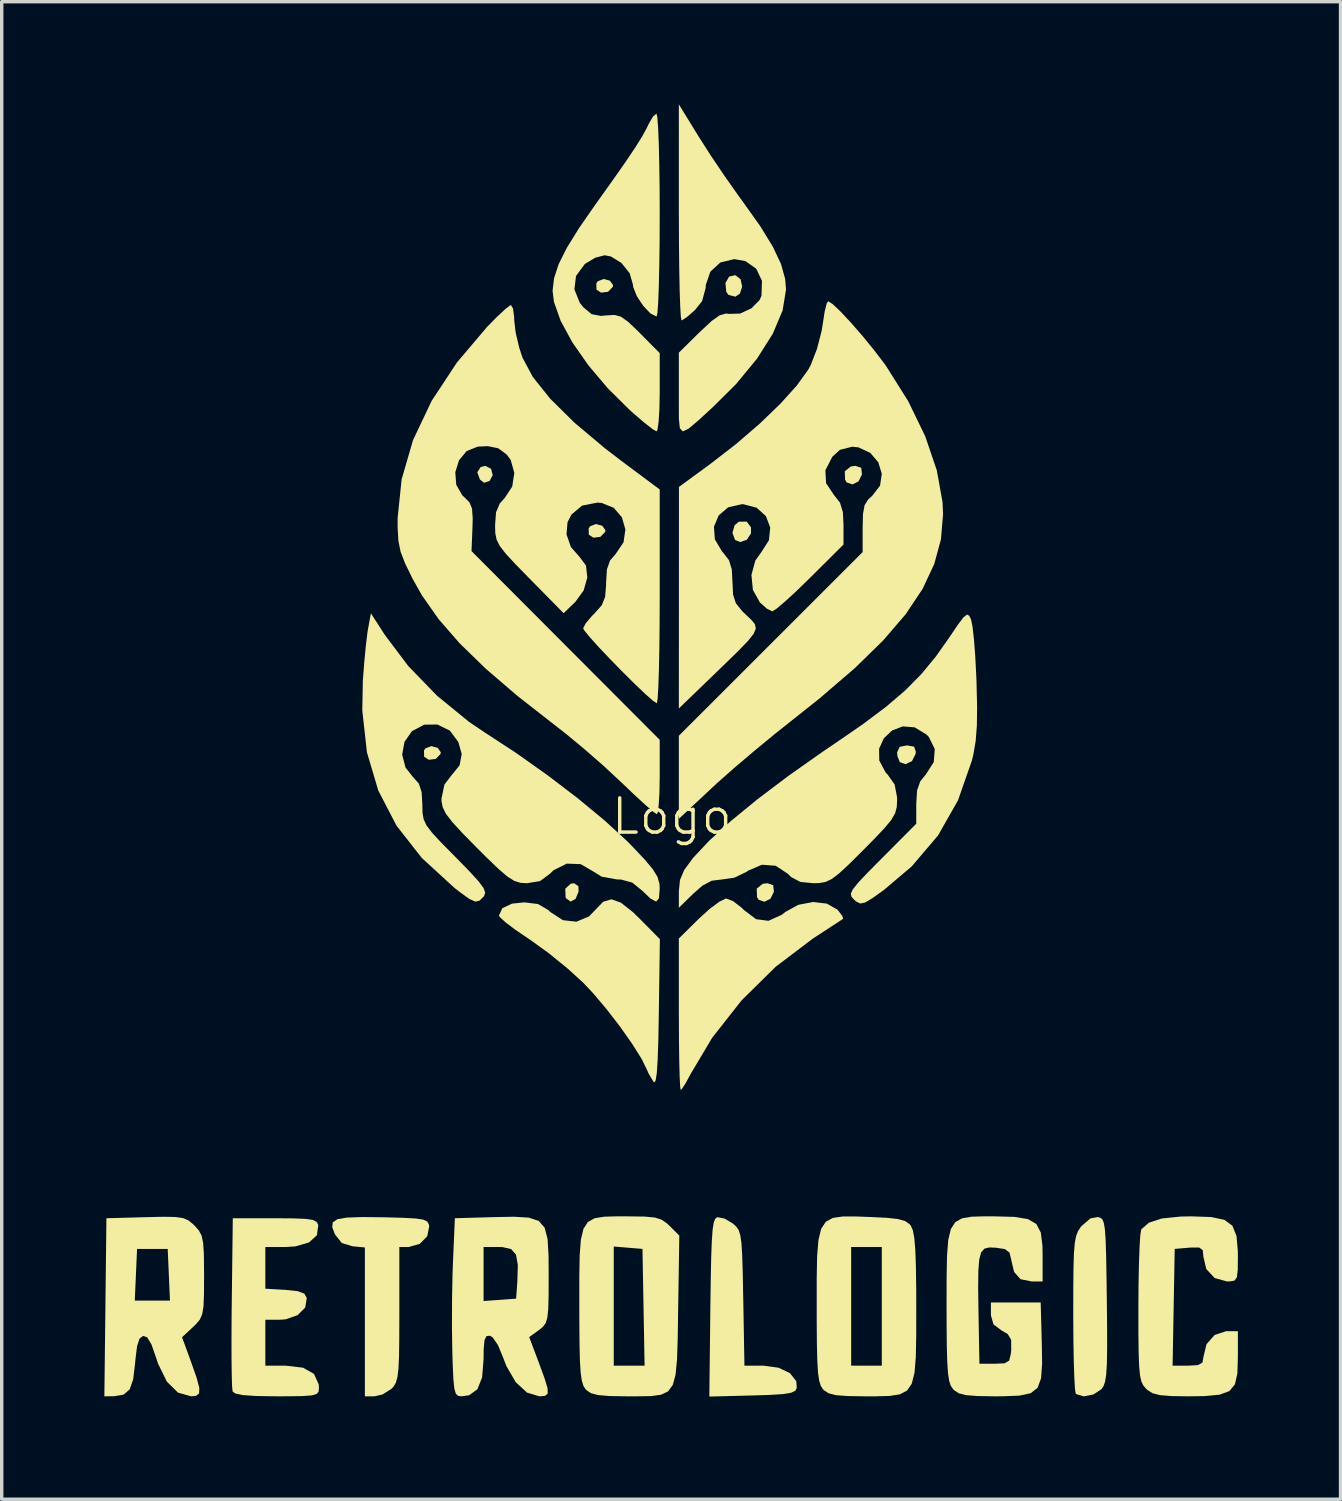
<source format=kicad_pcb>
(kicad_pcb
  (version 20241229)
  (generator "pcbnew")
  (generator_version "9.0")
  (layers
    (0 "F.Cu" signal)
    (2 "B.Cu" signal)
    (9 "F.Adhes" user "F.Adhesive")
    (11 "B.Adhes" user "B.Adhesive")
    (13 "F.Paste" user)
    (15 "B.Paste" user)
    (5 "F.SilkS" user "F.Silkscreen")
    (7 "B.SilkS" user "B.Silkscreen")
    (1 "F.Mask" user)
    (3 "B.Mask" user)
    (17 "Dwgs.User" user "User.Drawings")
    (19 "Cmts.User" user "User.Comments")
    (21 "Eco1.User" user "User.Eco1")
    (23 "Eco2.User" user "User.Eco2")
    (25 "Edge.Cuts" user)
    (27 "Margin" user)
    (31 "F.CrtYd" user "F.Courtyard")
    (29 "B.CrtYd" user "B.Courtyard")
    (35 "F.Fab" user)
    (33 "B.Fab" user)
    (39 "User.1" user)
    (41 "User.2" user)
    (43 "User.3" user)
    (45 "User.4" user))
  (footprint "Logo"
    (layer "F.Cu")
    (at 16.584 21.308)
    (property "Reference" "Logo" (at 0 -0.5 0) (unlocked yes) (layer "F.SilkS") (effects (font (size 1 1) (thickness 0.1))))
    (attr smd)
    (fp_poly (pts (xy -5.284 -10.659) (xy -5.235 -10.474) (xy -5.326 -10.303) (xy -5.491 -10.251) (xy -5.609 -10.346) (xy -5.686 -10.556) (xy -5.587 -10.711) (xy -5.452 -10.744)) (stroke (width 0) (type solid)) (fill yes) (layer "F.SilkS"))
    (fp_poly (pts (xy -6.846 -2.504) (xy -6.754 -2.377) (xy -6.761 -2.324) (xy -6.899 -2.18) (xy -7.104 -2.155) (xy -7.239 -2.243) (xy -7.244 -2.425) (xy -7.201 -2.488) (xy -7.028 -2.554)) (stroke (width 0) (type solid)) (fill yes) (layer "F.SilkS"))
    (fp_poly (pts (xy -2.731 1.54) (xy -2.725 1.696) (xy -2.815 1.913) (xy -2.959 1.989) (xy -3.09 1.896) (xy -3.106 1.859) (xy -3.115 1.613) (xy -2.957 1.467) (xy -2.858 1.453)) (stroke (width 0) (type solid)) (fill yes) (layer "F.SilkS"))
    (fp_poly (pts (xy -2.035 -8.994) (xy -1.943 -8.867) (xy -1.949 -8.814) (xy -2.088 -8.67) (xy -2.292 -8.645) (xy -2.427 -8.733) (xy -2.432 -8.914) (xy -2.389 -8.978) (xy -2.217 -9.044)) (stroke (width 0) (type solid)) (fill yes) (layer "F.SilkS"))
    (fp_poly (pts (xy -1.811 -16.156) (xy -1.719 -16.028) (xy -1.726 -15.975) (xy -1.864 -15.831) (xy -2.068 -15.806) (xy -2.203 -15.894) (xy -2.208 -16.076) (xy -2.165 -16.139) (xy -1.993 -16.205)) (stroke (width 0) (type solid)) (fill yes) (layer "F.SilkS"))
    (fp_poly (pts (xy 2.009 -16.196) (xy 2.054 -15.983) (xy 1.989 -15.778) (xy 1.855 -15.688) (xy 1.656 -15.74) (xy 1.591 -15.827) (xy 1.566 -16.087) (xy 1.672 -16.274) (xy 1.855 -16.317)) (stroke (width 0) (type solid)) (fill yes) (layer "F.SilkS"))
    (fp_poly (pts (xy 2.312 -8.948) (xy 2.312 -8.771) (xy 2.193 -8.586) (xy 1.996 -8.517) (xy 1.849 -8.577) (xy 1.77 -8.786) (xy 1.835 -9.011) (xy 1.958 -9.113) (xy 2.188 -9.115)) (stroke (width 0) (type solid)) (fill yes) (layer "F.SilkS"))
    (fp_poly (pts (xy 2.961 1.509) (xy 2.982 1.703) (xy 2.88 1.907) (xy 2.705 1.994) (xy 2.538 1.938) (xy 2.488 1.858) (xy 2.48 1.611) (xy 2.655 1.47) (xy 2.792 1.453)) (stroke (width 0) (type solid)) (fill yes) (layer "F.SilkS"))
    (fp_poly (pts (xy 5.535 -10.688) (xy 5.555 -10.493) (xy 5.454 -10.289) (xy 5.278 -10.202) (xy 5.112 -10.258) (xy 5.062 -10.338) (xy 5.053 -10.585) (xy 5.229 -10.726) (xy 5.366 -10.744)) (stroke (width 0) (type solid)) (fill yes) (layer "F.SilkS"))
    (fp_poly (pts (xy 7.08 -2.539) (xy 7.129 -2.392) (xy 7.122 -2.325) (xy 7.016 -2.115) (xy 6.829 -2.025) (xy 6.661 -2.087) (xy 6.593 -2.255) (xy 6.582 -2.37) (xy 6.657 -2.533) (xy 6.87 -2.575)) (stroke (width 0) (type solid)) (fill yes) (layer "F.SilkS"))
    (fp_poly (pts (xy 1.541 11.254) (xy 1.781 11.396) (xy 1.878 11.483) (xy 1.949 11.583) (xy 1.999 11.733) (xy 2.033 11.965) (xy 2.055 12.315) (xy 2.071 12.817) (xy 2.084 13.505) (xy 2.086 13.583) (xy 2.121 15.551) (xy 2.673 15.551) (xy 3.118 15.611) (xy 3.452 15.771) (xy 3.636 16.005) (xy 3.651 16.202) (xy 3.606 16.286) (xy 3.484 16.343) (xy 3.247 16.382) (xy 2.858 16.406) (xy 2.355 16.422) (xy 1.095 16.454) (xy 1.125 13.85) (xy 1.137 13.012) (xy 1.15 12.371) (xy 1.168 11.902) (xy 1.191 11.578) (xy 1.223 11.373) (xy 1.265 11.261) (xy 1.32 11.216) (xy 1.333 11.212)) (stroke (width 0) (type solid)) (fill yes) (layer "F.SilkS"))
    (fp_poly (pts (xy -8.411 11.215) (xy -7.858 11.23) (xy -7.489 11.25) (xy -7.266 11.283) (xy -7.15 11.338) (xy -7.102 11.421) (xy -7.091 11.481) (xy -7.149 11.771) (xy -7.368 11.992) (xy -7.686 12.083) (xy -7.692 12.083) (xy -7.964 12.083) (xy -7.964 14.041) (xy -7.966 14.752) (xy -7.973 15.275) (xy -7.99 15.642) (xy -8.02 15.89) (xy -8.067 16.052) (xy -8.133 16.163) (xy -8.188 16.223) (xy -8.454 16.392) (xy -8.691 16.447) (xy -8.971 16.447) (xy -8.971 14.272) (xy -8.971 12.097) (xy -9.334 12.062) (xy -9.646 11.967) (xy -9.843 11.719) (xy -9.85 11.705) (xy -9.925 11.504) (xy -9.909 11.363) (xy -9.775 11.272) (xy -9.498 11.224) (xy -9.049 11.208)) (stroke (width 0) (type solid)) (fill yes) (layer "F.SilkS"))
    (fp_poly (pts (xy 12.521 11.228) (xy 12.58 11.275) (xy 12.624 11.381) (xy 12.655 11.573) (xy 12.676 11.879) (xy 12.691 12.328) (xy 12.702 12.949) (xy 12.711 13.638) (xy 12.719 14.442) (xy 12.72 15.052) (xy 12.712 15.498) (xy 12.693 15.811) (xy 12.66 16.019) (xy 12.613 16.153) (xy 12.554 16.239) (xy 12.316 16.394) (xy 12.034 16.448) (xy 11.814 16.381) (xy 11.804 16.372) (xy 11.781 16.242) (xy 11.762 15.923) (xy 11.746 15.451) (xy 11.735 14.858) (xy 11.73 14.182) (xy 11.73 14.037) (xy 11.731 13.267) (xy 11.737 12.688) (xy 11.75 12.268) (xy 11.774 11.972) (xy 11.812 11.77) (xy 11.866 11.626) (xy 11.94 11.51) (xy 11.966 11.476) (xy 12.232 11.247) (xy 12.442 11.209)) (stroke (width 0) (type solid)) (fill yes) (layer "F.SilkS"))
    (fp_poly (pts (xy 1.792 1.978) (xy 2.041 2.17) (xy 2.107 2.236) (xy 2.461 2.504) (xy 2.824 2.551) (xy 3.209 2.376) (xy 3.317 2.292) (xy 3.69 2.085) (xy 4.12 2.002) (xy 4.528 2.048) (xy 4.837 2.224) (xy 4.849 2.237) (xy 4.982 2.41) (xy 5.006 2.492) (xy 4.898 2.563) (xy 4.647 2.727) (xy 4.299 2.954) (xy 4.121 3.07) (xy 3.031 3.896) (xy 2.034 4.88) (xy 1.176 5.972) (xy 0.553 7.019) (xy 0.402 7.298) (xy 0.289 7.469) (xy 0.258 7.495) (xy 0.242 7.389) (xy 0.227 7.092) (xy 0.216 6.64) (xy 0.208 6.064) (xy 0.205 5.399) (xy 0.204 5.281) (xy 0.204 3.068) (xy 0.795 2.484) (xy 1.11 2.199) (xy 1.39 1.991) (xy 1.578 1.901) (xy 1.59 1.9)) (stroke (width 0) (type solid)) (fill yes) (layer "F.SilkS"))
    (fp_poly (pts (xy -1.488 2.021) (xy -1.135 2.3) (xy -0.936 2.494) (xy -0.35 3.087) (xy -0.381 5.253) (xy -0.395 6.039) (xy -0.415 6.617) (xy -0.441 7.005) (xy -0.474 7.219) (xy -0.517 7.275) (xy -0.533 7.261) (xy -0.682 7.011) (xy -0.724 6.912) (xy -0.884 6.586) (xy -1.159 6.148) (xy -1.511 5.648) (xy -1.903 5.139) (xy -2.298 4.671) (xy -2.589 4.362) (xy -3.055 3.938) (xy -3.604 3.493) (xy -4.128 3.114) (xy -4.187 3.075) (xy -4.567 2.818) (xy -4.862 2.595) (xy -5.03 2.44) (xy -5.053 2.398) (xy -4.954 2.182) (xy -4.67 2.049) (xy -4.31 2.012) (xy -3.914 2.06) (xy -3.619 2.231) (xy -3.554 2.292) (xy -3.184 2.533) (xy -2.79 2.577) (xy -2.425 2.425) (xy -2.24 2.236) (xy -2.008 1.995) (xy -1.768 1.922)) (stroke (width 0) (type solid)) (fill yes) (layer "F.SilkS"))
    (fp_poly (pts (xy -11.059 11.247) (xy -10.701 11.262) (xy -10.487 11.294) (xy -10.378 11.351) (xy -10.335 11.437) (xy -10.333 11.448) (xy -10.373 11.74) (xy -10.605 11.951) (xy -11.005 12.066) (xy -11.282 12.083) (xy -11.88 12.083) (xy -11.88 12.692) (xy -11.88 13.302) (xy -11.294 13.336) (xy -10.931 13.374) (xy -10.74 13.447) (xy -10.669 13.574) (xy -10.715 13.854) (xy -10.937 14.075) (xy -11.285 14.197) (xy -11.45 14.209) (xy -11.88 14.209) (xy -11.88 14.88) (xy -11.88 15.551) (xy -11.282 15.551) (xy -10.778 15.611) (xy -10.459 15.791) (xy -10.321 16.095) (xy -10.314 16.204) (xy -10.324 16.31) (xy -10.382 16.379) (xy -10.525 16.42) (xy -10.793 16.44) (xy -11.225 16.446) (xy -11.548 16.447) (xy -12.144 16.438) (xy -12.542 16.411) (xy -12.766 16.362) (xy -12.837 16.304) (xy -12.852 16.154) (xy -12.862 15.816) (xy -12.868 15.322) (xy -12.869 14.708) (xy -12.865 14.008) (xy -12.861 13.702) (xy -12.831 11.243) (xy -11.602 11.243)) (stroke (width 0) (type solid)) (fill yes) (layer "F.SilkS"))
    (fp_poly (pts (xy -1.276 11.188) (xy -0.806 11.194) (xy -0.5 11.222) (xy -0.296 11.286) (xy -0.136 11.4) (xy -0.064 11.469) (xy 0.218 11.75) (xy 0.183 13.94) (xy 0.171 14.75) (xy 0.151 15.365) (xy 0.109 15.81) (xy 0.028 16.113) (xy -0.109 16.301) (xy -0.317 16.401) (xy -0.612 16.441) (xy -1.012 16.447) (xy -1.31 16.447) (xy -1.82 16.439) (xy -2.155 16.411) (xy -2.366 16.355) (xy -2.502 16.261) (xy -2.52 16.242) (xy -2.584 16.144) (xy -2.631 15.993) (xy -2.665 15.757) (xy -2.687 15.406) (xy -2.699 14.909) (xy -2.704 14.235) (xy -2.705 13.81) (xy -1.698 13.81) (xy -1.698 15.551) (xy -1.247 15.551) (xy -0.797 15.551) (xy -0.828 13.845) (xy -0.859 12.139) (xy -1.278 12.104) (xy -1.698 12.069) (xy -1.698 13.81) (xy -2.705 13.81) (xy -2.705 13.787) (xy -2.705 12.959) (xy -2.694 12.329) (xy -2.659 11.869) (xy -2.584 11.553) (xy -2.455 11.353) (xy -2.256 11.243) (xy -1.974 11.197) (xy -1.594 11.187)) (stroke (width 0) (type solid)) (fill yes) (layer "F.SilkS"))
    (fp_poly (pts (xy 5.397 11.192) (xy 5.763 11.205) (xy 6.277 11.23) (xy 6.615 11.268) (xy 6.823 11.328) (xy 6.95 11.42) (xy 6.983 11.461) (xy 7.041 11.59) (xy 7.084 11.814) (xy 7.114 12.161) (xy 7.132 12.658) (xy 7.141 13.335) (xy 7.142 13.838) (xy 7.141 14.667) (xy 7.129 15.299) (xy 7.091 15.76) (xy 7.01 16.078) (xy 6.872 16.279) (xy 6.662 16.389) (xy 6.364 16.436) (xy 5.962 16.447) (xy 5.649 16.447) (xy 5.134 16.439) (xy 4.794 16.413) (xy 4.58 16.358) (xy 4.443 16.268) (xy 4.418 16.242) (xy 4.353 16.143) (xy 4.305 15.99) (xy 4.271 15.751) (xy 4.25 15.396) (xy 4.238 14.893) (xy 4.233 14.211) (xy 4.233 13.836) (xy 4.233 13.817) (xy 5.24 13.817) (xy 5.24 15.551) (xy 5.687 15.551) (xy 6.135 15.551) (xy 6.135 13.817) (xy 6.135 12.083) (xy 5.687 12.083) (xy 5.24 12.083) (xy 5.24 13.817) (xy 4.233 13.817) (xy 4.233 12.994) (xy 4.245 12.349) (xy 4.284 11.876) (xy 4.364 11.55) (xy 4.5 11.344) (xy 4.707 11.233) (xy 5.001 11.191)) (stroke (width 0) (type solid)) (fill yes) (layer "F.SilkS"))
    (fp_poly (pts (xy 0.786 -20.362) (xy 1.128 -19.827) (xy 1.537 -19.22) (xy 1.941 -18.646) (xy 2.074 -18.464) (xy 2.587 -17.742) (xy 2.953 -17.145) (xy 3.19 -16.642) (xy 3.312 -16.201) (xy 3.336 -15.897) (xy 3.237 -15.287) (xy 2.95 -14.606) (xy 2.491 -13.88) (xy 1.876 -13.134) (xy 1.211 -12.473) (xy 0.78 -12.077) (xy 0.492 -11.833) (xy 0.32 -11.751) (xy 0.234 -11.842) (xy 0.205 -12.116) (xy 0.204 -12.584) (xy 0.204 -12.832) (xy 0.204 -14.052) (xy 0.811 -14.651) (xy 1.154 -14.971) (xy 1.396 -15.144) (xy 1.581 -15.196) (xy 1.667 -15.185) (xy 1.996 -15.195) (xy 2.325 -15.347) (xy 2.564 -15.59) (xy 2.619 -15.717) (xy 2.633 -16.152) (xy 2.467 -16.503) (xy 2.152 -16.727) (xy 1.823 -16.786) (xy 1.417 -16.687) (xy 1.125 -16.42) (xy 0.991 -16.03) (xy 0.988 -15.947) (xy 0.884 -15.559) (xy 0.674 -15.296) (xy 0.454 -15.103) (xy 0.302 -15.001) (xy 0.282 -14.996) (xy 0.262 -15.103) (xy 0.244 -15.406) (xy 0.228 -15.876) (xy 0.216 -16.485) (xy 0.208 -17.205) (xy 0.205 -18.008) (xy 0.204 -18.152) (xy 0.204 -21.308)) (stroke (width 0) (type solid)) (fill yes) (layer "F.SilkS"))
    (fp_poly (pts (xy -14.505 11.207) (xy -14.278 11.24) (xy -14.122 11.309) (xy -13.986 11.422) (xy -13.949 11.458) (xy -13.825 11.597) (xy -13.744 11.748) (xy -13.698 11.96) (xy -13.676 12.284) (xy -13.671 12.769) (xy -13.67 12.928) (xy -13.673 13.458) (xy -13.687 13.815) (xy -13.725 14.048) (xy -13.795 14.207) (xy -13.91 14.342) (xy -13.992 14.42) (xy -14.314 14.72) (xy -14.05 15.443) (xy -13.887 15.908) (xy -13.809 16.203) (xy -13.816 16.365) (xy -13.907 16.434) (xy -14.047 16.447) (xy -14.432 16.339) (xy -14.756 16.02) (xy -15.014 15.496) (xy -15.068 15.331) (xy -15.208 14.931) (xy -15.332 14.724) (xy -15.452 14.681) (xy -15.557 14.761) (xy -15.628 14.98) (xy -15.677 15.376) (xy -15.685 15.473) (xy -15.742 15.951) (xy -15.845 16.245) (xy -16.02 16.397) (xy -16.293 16.444) (xy -16.33 16.445) (xy -16.584 16.447) (xy -16.554 13.845) (xy -16.552 13.649) (xy -15.695 13.649) (xy -15.181 13.649) (xy -14.667 13.649) (xy -14.7 12.894) (xy -14.733 12.139) (xy -15.181 12.139) (xy -15.629 12.139) (xy -15.662 12.894) (xy -15.695 13.649) (xy -16.552 13.649) (xy -16.524 11.243) (xy -15.376 11.212) (xy -14.854 11.2)) (stroke (width 0) (type solid)) (fill yes) (layer "F.SilkS"))
    (fp_poly (pts (xy 15.762 11.208) (xy 16.148 11.29) (xy 16.382 11.464) (xy 16.501 11.762) (xy 16.54 12.214) (xy 16.541 12.362) (xy 16.537 12.753) (xy 16.511 12.971) (xy 16.44 13.066) (xy 16.302 13.089) (xy 16.223 13.09) (xy 15.864 12.991) (xy 15.618 12.728) (xy 15.534 12.375) (xy 15.514 12.176) (xy 15.412 12.099) (xy 15.162 12.1) (xy 15.114 12.104) (xy 14.695 12.139) (xy 14.664 13.845) (xy 14.633 15.551) (xy 15.083 15.551) (xy 15.374 15.535) (xy 15.504 15.463) (xy 15.534 15.3) (xy 15.534 15.297) (xy 15.624 14.924) (xy 15.862 14.654) (xy 16.194 14.545) (xy 16.212 14.544) (xy 16.541 14.544) (xy 16.541 15.31) (xy 16.526 15.777) (xy 16.455 16.095) (xy 16.295 16.293) (xy 16.009 16.399) (xy 15.562 16.441) (xy 15.106 16.447) (xy 14.6 16.44) (xy 14.265 16.413) (xy 14.048 16.357) (xy 13.898 16.263) (xy 13.856 16.223) (xy 13.778 16.131) (xy 13.72 16.012) (xy 13.681 15.834) (xy 13.655 15.563) (xy 13.641 15.167) (xy 13.634 14.613) (xy 13.633 13.87) (xy 13.633 13.845) (xy 13.638 13.168) (xy 13.65 12.566) (xy 13.668 12.074) (xy 13.69 11.73) (xy 13.716 11.571) (xy 13.717 11.568) (xy 13.941 11.373) (xy 14.319 11.25) (xy 14.875 11.193) (xy 15.191 11.188)) (stroke (width 0) (type solid)) (fill yes) (layer "F.SilkS"))
    (fp_poly (pts (xy -4.181 11.225) (xy -3.891 11.321) (xy -3.718 11.519) (xy -3.632 11.85) (xy -3.603 12.347) (xy -3.6 12.915) (xy -3.602 13.494) (xy -3.612 13.891) (xy -3.639 14.15) (xy -3.689 14.311) (xy -3.771 14.419) (xy -3.884 14.509) (xy -4.169 14.716) (xy -3.884 15.472) (xy -3.718 15.927) (xy -3.632 16.212) (xy -3.628 16.368) (xy -3.705 16.433) (xy -3.863 16.447) (xy -3.873 16.447) (xy -4.232 16.339) (xy -4.561 16.036) (xy -4.835 15.565) (xy -4.926 15.328) (xy -5.082 14.949) (xy -5.24 14.721) (xy -5.317 14.676) (xy -5.418 14.688) (xy -5.475 14.805) (xy -5.499 15.07) (xy -5.502 15.358) (xy -5.545 15.893) (xy -5.682 16.24) (xy -5.923 16.415) (xy -6.145 16.447) (xy -6.245 16.434) (xy -6.313 16.371) (xy -6.357 16.22) (xy -6.385 15.943) (xy -6.405 15.504) (xy -6.416 15.132) (xy -6.427 14.429) (xy -6.424 13.635) (xy -6.41 12.874) (xy -6.409 12.872) (xy -5.502 12.872) (xy -5.502 13.662) (xy -5.027 13.628) (xy -4.551 13.593) (xy -4.516 13.099) (xy -4.501 12.613) (xy -4.555 12.307) (xy -4.698 12.144) (xy -4.95 12.086) (xy -5.057 12.083) (xy -5.502 12.083) (xy -5.502 12.872) (xy -6.409 12.872) (xy -6.397 12.53) (xy -6.341 11.243) (xy -5.237 11.211) (xy -4.62 11.199)) (stroke (width 0) (type solid)) (fill yes) (layer "F.SilkS"))
    (fp_poly (pts (xy -0.424 -20.931) (xy -0.402 -20.629) (xy -0.382 -20.162) (xy -0.368 -19.558) (xy -0.358 -18.847) (xy -0.355 -18.073) (xy -0.358 -17.285) (xy -0.368 -16.575) (xy -0.382 -15.974) (xy -0.4 -15.509) (xy -0.422 -15.211) (xy -0.446 -15.108) (xy -0.627 -15.199) (xy -0.838 -15.422) (xy -1.024 -15.704) (xy -1.13 -15.97) (xy -1.138 -16.042) (xy -1.233 -16.373) (xy -1.471 -16.671) (xy -1.781 -16.863) (xy -1.966 -16.898) (xy -2.241 -16.826) (xy -2.531 -16.652) (xy -2.549 -16.636) (xy -2.801 -16.293) (xy -2.848 -15.901) (xy -2.691 -15.509) (xy -2.584 -15.376) (xy -2.343 -15.177) (xy -2.077 -15.126) (xy -1.906 -15.141) (xy -1.678 -15.155) (xy -1.489 -15.104) (xy -1.28 -14.956) (xy -0.99 -14.681) (xy -0.927 -14.616) (xy -0.355 -14.038) (xy -0.355 -12.894) (xy -0.363 -12.419) (xy -0.386 -12.04) (xy -0.42 -11.805) (xy -0.448 -11.751) (xy -0.568 -11.821) (xy -0.808 -12.009) (xy -1.121 -12.277) (xy -1.233 -12.378) (xy -1.877 -13.016) (xy -2.442 -13.685) (xy -2.907 -14.352) (xy -3.249 -14.98) (xy -3.446 -15.537) (xy -3.486 -15.859) (xy -3.443 -16.226) (xy -3.31 -16.635) (xy -3.07 -17.115) (xy -2.708 -17.699) (xy -2.224 -18.396) (xy -1.731 -19.087) (xy -1.353 -19.626) (xy -1.074 -20.042) (xy -0.874 -20.362) (xy -0.736 -20.613) (xy -0.68 -20.73) (xy -0.555 -20.948) (xy -0.449 -21.038)) (stroke (width 0) (type solid)) (fill yes) (layer "F.SilkS"))
    (fp_poly (pts (xy 9.423 11.188) (xy 10.008 11.203) (xy 10.406 11.268) (xy 10.652 11.412) (xy 10.782 11.661) (xy 10.83 12.046) (xy 10.834 12.313) (xy 10.834 13.09) (xy 10.512 13.09) (xy 10.189 13.025) (xy 10.001 12.811) (xy 9.921 12.474) (xy 9.869 12.249) (xy 9.732 12.144) (xy 9.467 12.104) (xy 9.274 12.097) (xy 9.134 12.131) (xy 9.039 12.237) (xy 8.983 12.445) (xy 8.956 12.785) (xy 8.951 13.286) (xy 8.961 13.979) (xy 8.962 14.041) (xy 8.988 15.495) (xy 9.436 15.495) (xy 9.724 15.482) (xy 9.857 15.404) (xy 9.907 15.2) (xy 9.917 15.085) (xy 9.915 14.794) (xy 9.815 14.628) (xy 9.638 14.524) (xy 9.399 14.346) (xy 9.324 14.08) (xy 9.324 14.039) (xy 9.324 13.705) (xy 10.051 13.705) (xy 10.778 13.705) (xy 10.81 14.867) (xy 10.82 15.489) (xy 10.789 15.921) (xy 10.687 16.199) (xy 10.485 16.356) (xy 10.153 16.427) (xy 9.66 16.446) (xy 9.436 16.447) (xy 8.927 16.439) (xy 8.593 16.412) (xy 8.381 16.357) (xy 8.244 16.265) (xy 8.218 16.237) (xy 8.152 16.14) (xy 8.103 15.992) (xy 8.069 15.763) (xy 8.047 15.422) (xy 8.034 14.937) (xy 8.029 14.278) (xy 8.028 13.803) (xy 8.029 12.973) (xy 8.041 12.341) (xy 8.077 11.878) (xy 8.153 11.559) (xy 8.282 11.357) (xy 8.479 11.246) (xy 8.758 11.198) (xy 9.133 11.187)) (stroke (width 0) (type solid)) (fill yes) (layer "F.SilkS"))
    (fp_poly (pts (xy -8.388 -5.804) (xy -7.703 -4.894) (xy -6.861 -4.025) (xy -5.928 -3.263) (xy -5.464 -2.95) (xy -4.544 -2.349) (xy -3.623 -1.696) (xy -2.747 -1.027) (xy -1.962 -0.378) (xy -1.317 0.214) (xy -1.166 0.366) (xy -0.792 0.762) (xy -0.553 1.049) (xy -0.419 1.269) (xy -0.363 1.467) (xy -0.355 1.609) (xy -0.377 1.894) (xy -0.459 1.99) (xy -0.627 1.9) (xy -0.859 1.677) (xy -1.158 1.434) (xy -1.486 1.345) (xy -1.611 1.341) (xy -2.053 1.261) (xy -2.283 1.117) (xy -2.664 0.895) (xy -3.071 0.88) (xy -3.453 1.07) (xy -3.567 1.179) (xy -3.854 1.391) (xy -4.24 1.453) (xy -4.429 1.44) (xy -4.605 1.384) (xy -4.803 1.26) (xy -5.06 1.041) (xy -5.412 0.703) (xy -5.7 0.416) (xy -6.129 -0.021) (xy -6.421 -0.34) (xy -6.602 -0.576) (xy -6.696 -0.764) (xy -6.731 -0.94) (xy -6.733 -1.02) (xy -6.646 -1.431) (xy -6.464 -1.67) (xy -6.203 -1.993) (xy -6.141 -2.322) (xy -6.239 -2.672) (xy -6.488 -3.007) (xy -6.852 -3.185) (xy -7.236 -3.181) (xy -7.595 -2.992) (xy -7.814 -2.679) (xy -7.881 -2.303) (xy -7.782 -1.925) (xy -7.572 -1.659) (xy -7.395 -1.46) (xy -7.312 -1.209) (xy -7.292 -0.851) (xy -7.287 -0.61) (xy -7.255 -0.419) (xy -7.169 -0.235) (xy -7.004 -0.018) (xy -6.732 0.274) (xy -6.329 0.681) (xy -6.322 0.689) (xy -5.914 1.106) (xy -5.647 1.399) (xy -5.501 1.597) (xy -5.455 1.729) (xy -5.487 1.826) (xy -5.497 1.838) (xy -5.619 1.961) (xy -5.744 1.99) (xy -5.92 1.911) (xy -6.199 1.71) (xy -6.359 1.584) (xy -7.307 0.715) (xy -8.046 -0.228) (xy -8.579 -1.255) (xy -8.912 -2.376) (xy -9.047 -3.599) (xy -9.03 -4.478) (xy -8.989 -5.003) (xy -8.942 -5.497) (xy -8.895 -5.881) (xy -8.877 -5.988) (xy -8.795 -6.436)) (stroke (width 0) (type solid)) (fill yes) (layer "F.SilkS"))
    (fp_poly (pts (xy 8.691 -6.363) (xy 8.743 -6.256) (xy 8.786 -6.049) (xy 8.829 -5.668) (xy 8.867 -5.162) (xy 8.897 -4.581) (xy 8.903 -4.422) (xy 8.92 -3.702) (xy 8.913 -3.149) (xy 8.879 -2.709) (xy 8.814 -2.324) (xy 8.767 -2.128) (xy 8.362 -0.97) (xy 7.779 0.056) (xy 7.009 0.961) (xy 6.206 1.642) (xy 5.862 1.889) (xy 5.645 2.018) (xy 5.505 2.046) (xy 5.391 1.989) (xy 5.331 1.938) (xy 5.251 1.852) (xy 5.229 1.76) (xy 5.287 1.633) (xy 5.443 1.438) (xy 5.717 1.147) (xy 6.13 0.73) (xy 7.142 -0.286) (xy 7.142 -0.866) (xy 7.166 -1.26) (xy 7.259 -1.525) (xy 7.422 -1.726) (xy 7.653 -2.086) (xy 7.683 -2.468) (xy 7.51 -2.821) (xy 7.442 -2.892) (xy 7.095 -3.103) (xy 6.747 -3.13) (xy 6.434 -3.01) (xy 6.192 -2.78) (xy 6.056 -2.476) (xy 6.061 -2.133) (xy 6.244 -1.789) (xy 6.303 -1.726) (xy 6.51 -1.433) (xy 6.581 -1.06) (xy 6.582 -0.978) (xy 6.572 -0.771) (xy 6.524 -0.591) (xy 6.412 -0.397) (xy 6.209 -0.152) (xy 5.889 0.185) (xy 5.606 0.471) (xy 5.193 0.882) (xy 4.896 1.159) (xy 4.676 1.328) (xy 4.493 1.415) (xy 4.307 1.448) (xy 4.136 1.453) (xy 3.757 1.415) (xy 3.491 1.276) (xy 3.384 1.173) (xy 3.034 0.942) (xy 2.633 0.912) (xy 2.23 1.085) (xy 2.188 1.117) (xy 1.823 1.292) (xy 1.478 1.341) (xy 1.166 1.379) (xy 0.892 1.524) (xy 0.629 1.755) (xy 0.204 2.17) (xy 0.204 1.693) (xy 0.237 1.36) (xy 0.36 1.067) (xy 0.613 0.722) (xy 0.624 0.708) (xy 1.086 0.215) (xy 1.72 -0.361) (xy 2.5 -1) (xy 3.401 -1.681) (xy 4.397 -2.383) (xy 4.716 -2.599) (xy 5.567 -3.184) (xy 6.255 -3.7) (xy 6.819 -4.181) (xy 7.293 -4.661) (xy 7.715 -5.173) (xy 8.096 -5.713) (xy 8.356 -6.098) (xy 8.522 -6.318) (xy 8.625 -6.399)) (stroke (width 0) (type solid)) (fill yes) (layer "F.SilkS"))
    (fp_poly (pts (xy 4.698 -15.473) (xy 4.931 -15.252) (xy 5.232 -14.93) (xy 5.567 -14.545) (xy 5.902 -14.136) (xy 6.204 -13.741) (xy 6.266 -13.653) (xy 6.907 -12.634) (xy 7.404 -11.609) (xy 7.743 -10.612) (xy 7.91 -9.681) (xy 7.925 -9.33) (xy 7.863 -8.594) (xy 7.667 -7.873) (xy 7.328 -7.15) (xy 6.835 -6.411) (xy 6.174 -5.641) (xy 5.337 -4.824) (xy 4.311 -3.944) (xy 3.617 -3.392) (xy 3.024 -2.921) (xy 2.4 -2.407) (xy 1.808 -1.904) (xy 1.311 -1.464) (xy 1.184 -1.346) (xy 0.204 -0.429) (xy 0.204 -1.643) (xy 0.204 -2.857) (xy 2.89 -5.541) (xy 5.575 -8.224) (xy 5.575 -8.936) (xy 5.586 -9.342) (xy 5.632 -9.594) (xy 5.735 -9.761) (xy 5.855 -9.869) (xy 6.084 -10.166) (xy 6.135 -10.51) (xy 6.033 -10.848) (xy 5.798 -11.124) (xy 5.455 -11.284) (xy 5.269 -11.303) (xy 4.912 -11.213) (xy 4.688 -11.008) (xy 4.486 -10.615) (xy 4.507 -10.237) (xy 4.736 -9.894) (xy 4.913 -9.668) (xy 4.997 -9.395) (xy 5.016 -9.03) (xy 5.016 -8.445) (xy 4.035 -7.469) (xy 3.65 -7.094) (xy 3.316 -6.787) (xy 3.067 -6.576) (xy 2.938 -6.492) (xy 2.935 -6.492) (xy 2.782 -6.567) (xy 2.578 -6.747) (xy 2.574 -6.751) (xy 2.368 -7.118) (xy 2.325 -7.555) (xy 2.44 -7.978) (xy 2.61 -8.216) (xy 2.836 -8.569) (xy 2.875 -8.94) (xy 2.749 -9.275) (xy 2.477 -9.521) (xy 2.083 -9.624) (xy 2.051 -9.625) (xy 1.648 -9.534) (xy 1.368 -9.296) (xy 1.23 -8.966) (xy 1.256 -8.596) (xy 1.469 -8.239) (xy 1.491 -8.216) (xy 1.668 -7.99) (xy 1.752 -7.718) (xy 1.771 -7.351) (xy 1.789 -6.98) (xy 1.87 -6.73) (xy 2.055 -6.499) (xy 2.163 -6.395) (xy 2.325 -6.242) (xy 2.427 -6.117) (xy 2.454 -5.992) (xy 2.391 -5.837) (xy 2.222 -5.625) (xy 1.932 -5.326) (xy 1.507 -4.912) (xy 1.239 -4.653) (xy 0.204 -3.654) (xy 0.206 -6.891) (xy 0.207 -10.128) (xy 1.111 -10.79) (xy 1.87 -11.377) (xy 2.567 -11.977) (xy 3.172 -12.56) (xy 3.655 -13.096) (xy 3.986 -13.557) (xy 4.057 -13.688) (xy 4.239 -14.157) (xy 4.376 -14.683) (xy 4.413 -14.912) (xy 4.466 -15.257) (xy 4.525 -15.491) (xy 4.567 -15.555)) (stroke (width 0) (type solid)) (fill yes) (layer "F.SilkS"))
    (fp_poly (pts (xy -4.642 -15.344) (xy -4.609 -15.096) (xy -4.607 -15) (xy -4.566 -14.645) (xy -4.462 -14.203) (xy -4.366 -13.909) (xy -4.064 -13.343) (xy -3.556 -12.707) (xy -2.848 -12.007) (xy -1.943 -11.247) (xy -1.446 -10.867) (xy -0.355 -10.054) (xy -0.355 -6.93) (xy -0.358 -6.12) (xy -0.366 -5.388) (xy -0.379 -4.763) (xy -0.396 -4.272) (xy -0.416 -3.945) (xy -0.438 -3.808) (xy -0.441 -3.806) (xy -0.556 -3.883) (xy -0.787 -4.087) (xy -1.096 -4.382) (xy -1.448 -4.732) (xy -1.807 -5.099) (xy -2.136 -5.446) (xy -2.399 -5.738) (xy -2.56 -5.936) (xy -2.593 -5.997) (xy -2.518 -6.142) (xy -2.332 -6.361) (xy -2.257 -6.436) (xy -2.049 -6.671) (xy -1.95 -6.915) (xy -1.922 -7.269) (xy -1.922 -7.332) (xy -1.898 -7.719) (xy -1.809 -7.974) (xy -1.642 -8.17) (xy -1.412 -8.51) (xy -1.358 -8.885) (xy -1.459 -9.239) (xy -1.696 -9.516) (xy -2.049 -9.66) (xy -2.176 -9.67) (xy -2.624 -9.583) (xy -2.935 -9.32) (xy -3.049 -9.098) (xy -3.079 -8.742) (xy -2.95 -8.371) (xy -2.7 -8.087) (xy -2.509 -7.83) (xy -2.471 -7.481) (xy -2.578 -7.103) (xy -2.823 -6.766) (xy -3.164 -6.439) (xy -4.165 -7.456) (xy -4.578 -7.878) (xy -4.858 -8.182) (xy -5.031 -8.406) (xy -5.123 -8.591) (xy -5.16 -8.776) (xy -5.166 -9.001) (xy -5.166 -9.008) (xy -5.138 -9.389) (xy -5.029 -9.645) (xy -4.887 -9.802) (xy -4.665 -10.14) (xy -4.604 -10.539) (xy -4.71 -10.918) (xy -4.831 -11.079) (xy -5.075 -11.258) (xy -5.377 -11.32) (xy -5.67 -11.307) (xy -5.996 -11.178) (xy -6.221 -10.906) (xy -6.329 -10.556) (xy -6.301 -10.192) (xy -6.122 -9.88) (xy -6.065 -9.829) (xy -5.916 -9.679) (xy -5.84 -9.496) (xy -5.82 -9.207) (xy -5.827 -8.934) (xy -5.855 -8.253) (xy -3.105 -5.495) (xy -0.355 -2.738) (xy -0.355 -1.649) (xy -0.363 -1.187) (xy -0.385 -0.823) (xy -0.416 -0.605) (xy -0.439 -0.564) (xy -0.547 -0.639) (xy -0.78 -0.841) (xy -1.103 -1.138) (xy -1.474 -1.492) (xy -1.979 -1.963) (xy -2.557 -2.468) (xy -3.119 -2.933) (xy -3.4 -3.151) (xy -4.514 -4.022) (xy -5.442 -4.819) (xy -6.204 -5.561) (xy -6.818 -6.267) (xy -7.303 -6.958) (xy -7.576 -7.443) (xy -7.795 -7.892) (xy -7.927 -8.233) (xy -7.992 -8.553) (xy -8.014 -8.94) (xy -8.014 -9.223) (xy -7.897 -10.351) (xy -7.565 -11.494) (xy -7.024 -12.636) (xy -6.282 -13.764) (xy -5.404 -14.8) (xy -5.107 -15.103) (xy -4.864 -15.329) (xy -4.718 -15.439) (xy -4.702 -15.443)) (stroke (width 0) (type solid)) (fill yes) (layer "F.SilkS")))
  (gr_rect
    (start -3 -3)
    (end 36.125 40.762)
    (stroke (width 0.1) (type default))
    (fill no)
    (layer "Edge.Cuts")))
</source>
